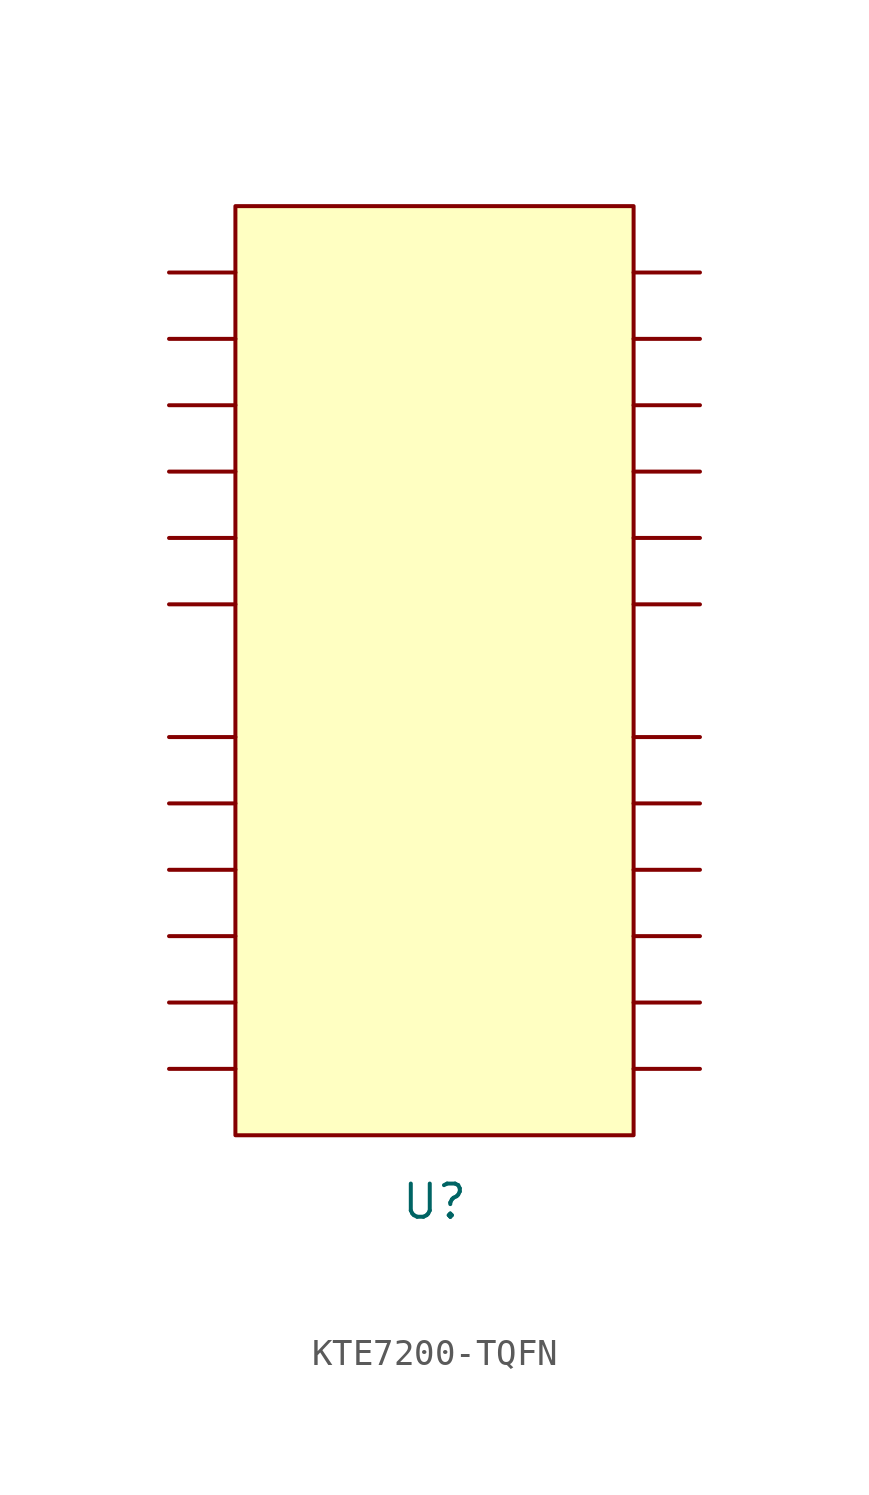
<source format=kicad_sym>
(kicad_symbol_lib
  (version 20231120)
  (generator "kicad_symbol_editor")
  (generator_version "8.0")
  (symbol "KTE7200-TQFN"
    (property "Reference" "U"
      (at 0 -20.32 0)
      (effects (font (size 1.27 1.27))))
    (property "Value" ""
      (at 0 0 0)
      (effects (font (size 1.27 1.27))))
    (symbol "KTE7200-TQFN_1_1"
      (rectangle (start -7.62 17.78) (end 7.62 -17.78) (stroke (width 0) (type default)) (fill (type background)))
      (pin input line (at -10.16 -15.24 0) (length 2.54) (name "" (effects (font (size 1.27 1.27)))) (number "" (effects (font (size 1.27 1.27)))))
      (pin input line (at -10.16 -12.7 0) (length 2.54) (name "" (effects (font (size 1.27 1.27)))) (number "" (effects (font (size 1.27 1.27)))))
      (pin input line (at -10.16 -10.16 0) (length 2.54) (name "" (effects (font (size 1.27 1.27)))) (number "" (effects (font (size 1.27 1.27)))))
      (pin input line (at -10.16 -7.62 0) (length 2.54) (name "" (effects (font (size 1.27 1.27)))) (number "" (effects (font (size 1.27 1.27)))))
      (pin input line (at -10.16 -5.08 0) (length 2.54) (name "" (effects (font (size 1.27 1.27)))) (number "" (effects (font (size 1.27 1.27)))))
      (pin input line (at -10.16 -2.54 0) (length 2.54) (name "" (effects (font (size 1.27 1.27)))) (number "" (effects (font (size 1.27 1.27)))))
      (pin input line (at -10.16 2.54 0) (length 2.54) (name "" (effects (font (size 1.27 1.27)))) (number "" (effects (font (size 1.27 1.27)))))
      (pin input line (at -10.16 5.08 0) (length 2.54) (name "" (effects (font (size 1.27 1.27)))) (number "" (effects (font (size 1.27 1.27)))))
      (pin input line (at -10.16 7.62 0) (length 2.54) (name "" (effects (font (size 1.27 1.27)))) (number "" (effects (font (size 1.27 1.27)))))
      (pin input line (at -10.16 10.16 0) (length 2.54) (name "" (effects (font (size 1.27 1.27)))) (number "" (effects (font (size 1.27 1.27)))))
      (pin input line (at -10.16 12.7 0) (length 2.54) (name "" (effects (font (size 1.27 1.27)))) (number "" (effects (font (size 1.27 1.27)))))
      (pin input line (at -10.16 15.24 0) (length 2.54) (name "" (effects (font (size 1.27 1.27)))) (number "" (effects (font (size 1.27 1.27)))))
      (pin input line (at 10.16 -15.24 180) (length 2.54) (name "" (effects (font (size 1.27 1.27)))) (number "" (effects (font (size 1.27 1.27)))))
      (pin input line (at 10.16 -12.7 180) (length 2.54) (name "" (effects (font (size 1.27 1.27)))) (number "" (effects (font (size 1.27 1.27)))))
      (pin input line (at 10.16 -10.16 180) (length 2.54) (name "" (effects (font (size 1.27 1.27)))) (number "" (effects (font (size 1.27 1.27)))))
      (pin input line (at 10.16 -7.62 180) (length 2.54) (name "" (effects (font (size 1.27 1.27)))) (number "" (effects (font (size 1.27 1.27)))))
      (pin input line (at 10.16 -5.08 180) (length 2.54) (name "" (effects (font (size 1.27 1.27)))) (number "" (effects (font (size 1.27 1.27)))))
      (pin input line (at 10.16 -2.54 180) (length 2.54) (name "" (effects (font (size 1.27 1.27)))) (number "" (effects (font (size 1.27 1.27)))))
      (pin input line (at 10.16 2.54 180) (length 2.54) (name "" (effects (font (size 1.27 1.27)))) (number "" (effects (font (size 1.27 1.27)))))
      (pin input line (at 10.16 5.08 180) (length 2.54) (name "" (effects (font (size 1.27 1.27)))) (number "" (effects (font (size 1.27 1.27)))))
      (pin input line (at 10.16 7.62 180) (length 2.54) (name "" (effects (font (size 1.27 1.27)))) (number "" (effects (font (size 1.27 1.27)))))
      (pin input line (at 10.16 10.16 180) (length 2.54) (name "" (effects (font (size 1.27 1.27)))) (number "" (effects (font (size 1.27 1.27)))))
      (pin input line (at 10.16 12.7 180) (length 2.54) (name "" (effects (font (size 1.27 1.27)))) (number "" (effects (font (size 1.27 1.27)))))
      (pin input line (at 10.16 15.24 180) (length 2.54) (name "" (effects (font (size 1.27 1.27)))) (number "" (effects (font (size 1.27 1.27))))))))
</source>
